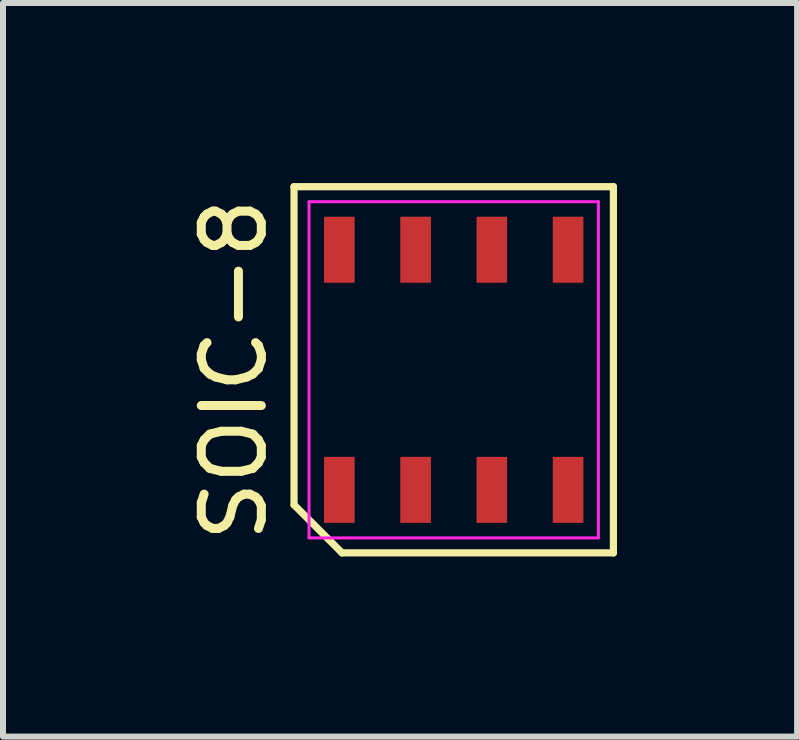
<source format=kicad_pcb>
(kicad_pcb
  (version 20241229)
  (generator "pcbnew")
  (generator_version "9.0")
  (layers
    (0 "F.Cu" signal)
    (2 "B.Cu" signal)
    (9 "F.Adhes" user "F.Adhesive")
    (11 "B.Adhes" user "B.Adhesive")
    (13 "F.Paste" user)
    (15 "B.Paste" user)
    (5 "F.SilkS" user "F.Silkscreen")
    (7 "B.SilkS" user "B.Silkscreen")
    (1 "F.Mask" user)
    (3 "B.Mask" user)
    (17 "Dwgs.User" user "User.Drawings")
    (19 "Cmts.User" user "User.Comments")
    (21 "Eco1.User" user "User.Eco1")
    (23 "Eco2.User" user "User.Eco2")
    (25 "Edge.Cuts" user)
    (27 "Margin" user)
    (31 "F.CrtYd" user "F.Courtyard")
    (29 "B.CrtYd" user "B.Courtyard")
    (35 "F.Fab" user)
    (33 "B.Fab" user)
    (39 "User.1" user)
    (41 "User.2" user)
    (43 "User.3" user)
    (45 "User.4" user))
  (footprint "SOIC-8"
    (layer "F.Cu")
    (at 4.508 3.11)
    (property "Reference" "SOIC-8" (at -3.66 0 90) (layer "F.SilkS") (effects (font (size 1 1) (thickness 0.15))))
    (attr smd)
    (fp_line (start -2.66 -3.05) (end 2.66 -3.05) (stroke (width 0.12) (type solid)) (layer "F.SilkS"))
    (fp_line (start -2.66 2.25) (end -2.66 -3.05) (stroke (width 0.12) (type solid)) (layer "F.SilkS"))
    (fp_line (start -1.86 3.05) (end -2.66 2.25) (stroke (width 0.12) (type solid)) (layer "F.SilkS"))
    (fp_line (start 2.66 -3.05) (end 2.66 3.05) (stroke (width 0.12) (type solid)) (layer "F.SilkS"))
    (fp_line (start 2.66 3.05) (end -1.86 3.05) (stroke (width 0.12) (type solid)) (layer "F.SilkS"))
    (fp_line (start -2.41 -2.8) (end 2.41 -2.8) (stroke (width 0.05) (type solid)) (layer "F.CrtYd"))
    (fp_line (start -2.41 2.8) (end -2.41 -2.8) (stroke (width 0.05) (type solid)) (layer "F.CrtYd"))
    (fp_line (start 2.41 -2.8) (end 2.41 2.8) (stroke (width 0.05) (type solid)) (layer "F.CrtYd"))
    (fp_line (start 2.41 2.8) (end -2.41 2.8) (stroke (width 0.05) (type solid)) (layer "F.CrtYd"))
    (pad "1" smd rect (at -1.905 2) (size 0.51 1.1) (layers "F.Cu" "F.Mask" "F.Paste"))
    (pad "2" smd rect (at -0.635 2) (size 0.51 1.1) (layers "F.Cu" "F.Mask" "F.Paste"))
    (pad "3" smd rect (at 0.635 2) (size 0.51 1.1) (layers "F.Cu" "F.Mask" "F.Paste"))
    (pad "4" smd rect (at 1.905 2) (size 0.51 1.1) (layers "F.Cu" "F.Mask" "F.Paste"))
    (pad "5" smd rect (at 1.905 -2) (size 0.51 1.1) (layers "F.Cu" "F.Mask" "F.Paste"))
    (pad "6" smd rect (at 0.635 -2) (size 0.51 1.1) (layers "F.Cu" "F.Mask" "F.Paste"))
    (pad "7" smd rect (at -0.635 -2) (size 0.51 1.1) (layers "F.Cu" "F.Mask" "F.Paste"))
    (pad "8" smd rect (at -1.905 -2) (size 0.51 1.1) (layers "F.Cu" "F.Mask" "F.Paste")))
  (gr_rect
    (start -3 -3)
    (end 10.228 9.22)
    (stroke (width 0.1) (type default))
    (fill no)
    (layer "Edge.Cuts")))
</source>
